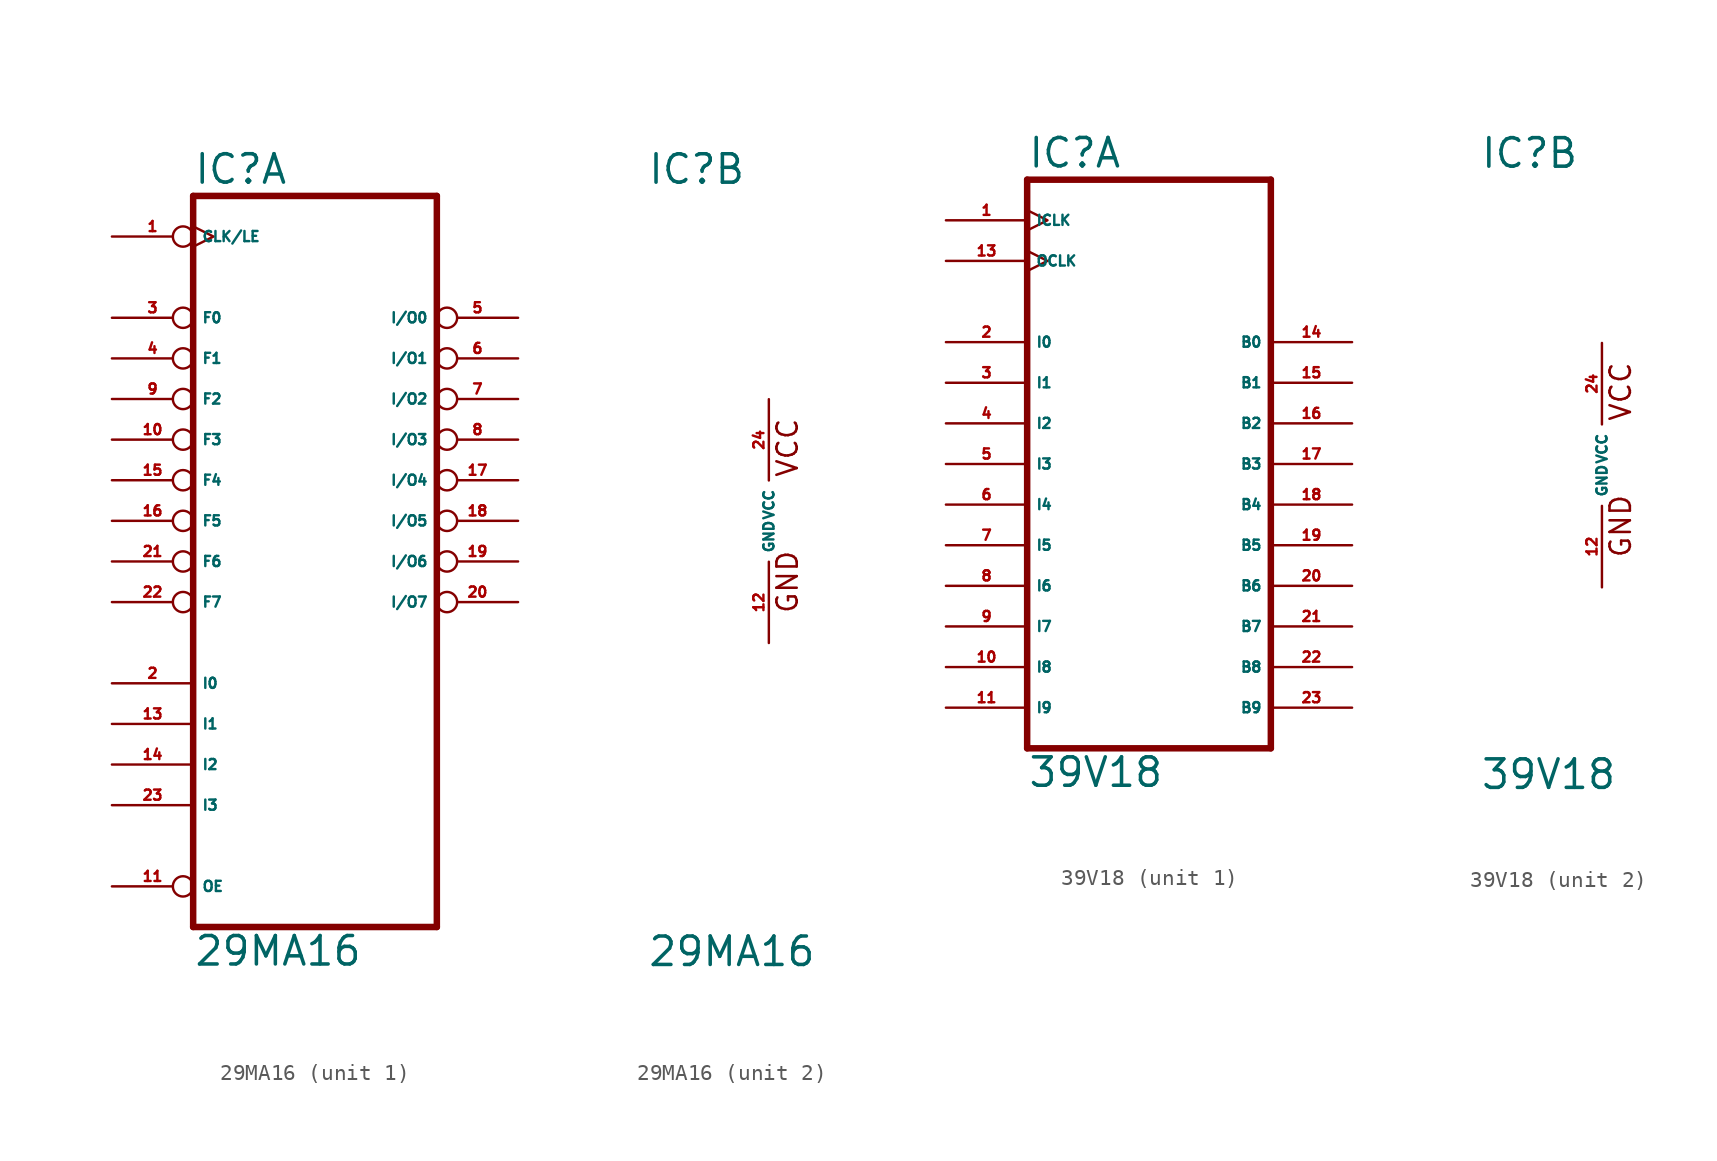
<source format=kicad_sym>
(kicad_symbol_lib
  (version 20220914)
  (generator Eagle2Kicad)
  (symbol "29MA16"
    (property "Reference" "IC"
      (at -7.62 20.955 0)
      (effects (font (size 1.778 1.778) (thickness 0.22)) (justify left bottom)))
    (property "Value" "29MA16"
      (at -7.62 -27.94 0)
      (effects (font (size 1.778 1.778) (thickness 0.22)) (justify left bottom)))
    (symbol "29MA16_1_0"
      (polyline (pts (xy -7.62 20.32) (xy 7.62 20.32)) (stroke (width 0.406) (type default)) (fill (type none)))
      (polyline (pts (xy 7.62 -25.4) (xy 7.62 20.32)) (stroke (width 0.406) (type default)) (fill (type none)))
      (polyline (pts (xy 7.62 -25.4) (xy -7.62 -25.4)) (stroke (width 0.406) (type default)) (fill (type none)))
      (polyline (pts (xy -7.62 20.32) (xy -7.62 -25.4)) (stroke (width 0.406) (type default)) (fill (type none)))
      (pin input line (at -12.7 -10.16 0) (length 5.08) (name "I0" (effects (font (size 0.635 0.635) (thickness 0.08)) (justify left bottom))) (number "2" (effects (font (size 0.635 0.635) (thickness 0.08)) (justify left bottom))))
      (pin bidirectional inverted (at -12.7 12.7 0) (length 5.08) (name "F0" (effects (font (size 0.635 0.635) (thickness 0.08)) (justify left bottom))) (number "3" (effects (font (size 0.635 0.635) (thickness 0.08)) (justify left bottom))))
      (pin bidirectional inverted (at -12.7 10.16 0) (length 5.08) (name "F1" (effects (font (size 0.635 0.635) (thickness 0.08)) (justify left bottom))) (number "4" (effects (font (size 0.635 0.635) (thickness 0.08)) (justify left bottom))))
      (pin input line (at -12.7 -12.7 0) (length 5.08) (name "I1" (effects (font (size 0.635 0.635) (thickness 0.08)) (justify left bottom))) (number "13" (effects (font (size 0.635 0.635) (thickness 0.08)) (justify left bottom))))
      (pin input line (at -12.7 -15.24 0) (length 5.08) (name "I2" (effects (font (size 0.635 0.635) (thickness 0.08)) (justify left bottom))) (number "14" (effects (font (size 0.635 0.635) (thickness 0.08)) (justify left bottom))))
      (pin bidirectional inverted (at -12.7 7.62 0) (length 5.08) (name "F2" (effects (font (size 0.635 0.635) (thickness 0.08)) (justify left bottom))) (number "9" (effects (font (size 0.635 0.635) (thickness 0.08)) (justify left bottom))))
      (pin bidirectional inverted (at -12.7 5.08 0) (length 5.08) (name "F3" (effects (font (size 0.635 0.635) (thickness 0.08)) (justify left bottom))) (number "10" (effects (font (size 0.635 0.635) (thickness 0.08)) (justify left bottom))))
      (pin bidirectional inverted (at 12.7 10.16 180) (length 5.08) (name "I/O1" (effects (font (size 0.635 0.635) (thickness 0.08)) (justify left bottom))) (number "6" (effects (font (size 0.635 0.635) (thickness 0.08)) (justify left bottom))))
      (pin bidirectional inverted (at 12.7 7.62 180) (length 5.08) (name "I/O2" (effects (font (size 0.635 0.635) (thickness 0.08)) (justify left bottom))) (number "7" (effects (font (size 0.635 0.635) (thickness 0.08)) (justify left bottom))))
      (pin bidirectional inverted (at 12.7 5.08 180) (length 5.08) (name "I/O3" (effects (font (size 0.635 0.635) (thickness 0.08)) (justify left bottom))) (number "8" (effects (font (size 0.635 0.635) (thickness 0.08)) (justify left bottom))))
      (pin bidirectional inverted (at 12.7 2.54 180) (length 5.08) (name "I/O4" (effects (font (size 0.635 0.635) (thickness 0.08)) (justify left bottom))) (number "17" (effects (font (size 0.635 0.635) (thickness 0.08)) (justify left bottom))))
      (pin bidirectional inverted (at 12.7 0 180) (length 5.08) (name "I/O5" (effects (font (size 0.635 0.635) (thickness 0.08)) (justify left bottom))) (number "18" (effects (font (size 0.635 0.635) (thickness 0.08)) (justify left bottom))))
      (pin bidirectional inverted (at 12.7 -2.54 180) (length 5.08) (name "I/O6" (effects (font (size 0.635 0.635) (thickness 0.08)) (justify left bottom))) (number "19" (effects (font (size 0.635 0.635) (thickness 0.08)) (justify left bottom))))
      (pin bidirectional inverted (at 12.7 -5.08 180) (length 5.08) (name "I/O7" (effects (font (size 0.635 0.635) (thickness 0.08)) (justify left bottom))) (number "20" (effects (font (size 0.635 0.635) (thickness 0.08)) (justify left bottom))))
      (pin bidirectional inverted (at -12.7 2.54 0) (length 5.08) (name "F4" (effects (font (size 0.635 0.635) (thickness 0.08)) (justify left bottom))) (number "15" (effects (font (size 0.635 0.635) (thickness 0.08)) (justify left bottom))))
      (pin bidirectional inverted (at 12.7 12.7 180) (length 5.08) (name "I/O0" (effects (font (size 0.635 0.635) (thickness 0.08)) (justify left bottom))) (number "5" (effects (font (size 0.635 0.635) (thickness 0.08)) (justify left bottom))))
      (pin input inverted_clock (at -12.7 17.78 0) (length 5.08) (name "CLK/LE" (effects (font (size 0.635 0.635) (thickness 0.08)) (justify left bottom))) (number "1" (effects (font (size 0.635 0.635) (thickness 0.08)) (justify left bottom))))
      (pin bidirectional inverted (at -12.7 0 0) (length 5.08) (name "F5" (effects (font (size 0.635 0.635) (thickness 0.08)) (justify left bottom))) (number "16" (effects (font (size 0.635 0.635) (thickness 0.08)) (justify left bottom))))
      (pin bidirectional inverted (at -12.7 -2.54 0) (length 5.08) (name "F6" (effects (font (size 0.635 0.635) (thickness 0.08)) (justify left bottom))) (number "21" (effects (font (size 0.635 0.635) (thickness 0.08)) (justify left bottom))))
      (pin bidirectional inverted (at -12.7 -5.08 0) (length 5.08) (name "F7" (effects (font (size 0.635 0.635) (thickness 0.08)) (justify left bottom))) (number "22" (effects (font (size 0.635 0.635) (thickness 0.08)) (justify left bottom))))
      (pin input inverted (at -12.7 -22.86 0) (length 5.08) (name "OE" (effects (font (size 0.635 0.635) (thickness 0.08)) (justify left bottom))) (number "11" (effects (font (size 0.635 0.635) (thickness 0.08)) (justify left bottom))))
      (pin input line (at -12.7 -17.78 0) (length 5.08) (name "I3" (effects (font (size 0.635 0.635) (thickness 0.08)) (justify left bottom))) (number "23" (effects (font (size 0.635 0.635) (thickness 0.08)) (justify left bottom)))))
    (symbol "29MA16_2_0"
      (text "GND" (at 1.905 -5.842 900) (effects (font (size 1.27 1.27) (thickness 0.16)) (justify left bottom)))
      (text "VCC" (at 1.905 2.667 900) (effects (font (size 1.27 1.27) (thickness 0.16)) (justify left bottom)))
      (pin unspecified line (at 0 -7.62 90) (length 5.08) (name "GND" (effects (font (size 0.635 0.635) (thickness 0.08)) (justify left bottom))) (number "12" (effects (font (size 0.635 0.635) (thickness 0.08)) (justify left bottom))))
      (pin unspecified line (at 0 7.62 270) (length 5.08) (name "VCC" (effects (font (size 0.635 0.635) (thickness 0.08)) (justify left bottom))) (number "24" (effects (font (size 0.635 0.635) (thickness 0.08)) (justify left bottom))))))
  (symbol "39V18"
    (property "Reference" "IC"
      (at -7.62 18.415 0)
      (effects (font (size 1.778 1.778) (thickness 0.22)) (justify left bottom)))
    (property "Value" "39V18"
      (at -7.62 -20.32 0)
      (effects (font (size 1.778 1.778) (thickness 0.22)) (justify left bottom)))
    (symbol "39V18_1_0"
      (polyline (pts (xy -7.62 -17.78) (xy 7.62 -17.78)) (stroke (width 0.406) (type default)) (fill (type none)))
      (polyline (pts (xy 7.62 -17.78) (xy 7.62 17.78)) (stroke (width 0.406) (type default)) (fill (type none)))
      (polyline (pts (xy 7.62 17.78) (xy -7.62 17.78)) (stroke (width 0.406) (type default)) (fill (type none)))
      (polyline (pts (xy -7.62 17.78) (xy -7.62 -17.78)) (stroke (width 0.406) (type default)) (fill (type none)))
      (pin input clock (at -12.7 15.24 0) (length 5.08) (name "ICLK" (effects (font (size 0.635 0.635) (thickness 0.08)) (justify left bottom))) (number "1" (effects (font (size 0.635 0.635) (thickness 0.08)) (justify left bottom))))
      (pin input line (at -12.7 7.62 0) (length 5.08) (name "I0" (effects (font (size 0.635 0.635) (thickness 0.08)) (justify left bottom))) (number "2" (effects (font (size 0.635 0.635) (thickness 0.08)) (justify left bottom))))
      (pin input line (at -12.7 5.08 0) (length 5.08) (name "I1" (effects (font (size 0.635 0.635) (thickness 0.08)) (justify left bottom))) (number "3" (effects (font (size 0.635 0.635) (thickness 0.08)) (justify left bottom))))
      (pin input line (at -12.7 2.54 0) (length 5.08) (name "I2" (effects (font (size 0.635 0.635) (thickness 0.08)) (justify left bottom))) (number "4" (effects (font (size 0.635 0.635) (thickness 0.08)) (justify left bottom))))
      (pin input line (at -12.7 0 0) (length 5.08) (name "I3" (effects (font (size 0.635 0.635) (thickness 0.08)) (justify left bottom))) (number "5" (effects (font (size 0.635 0.635) (thickness 0.08)) (justify left bottom))))
      (pin input line (at -12.7 -2.54 0) (length 5.08) (name "I4" (effects (font (size 0.635 0.635) (thickness 0.08)) (justify left bottom))) (number "6" (effects (font (size 0.635 0.635) (thickness 0.08)) (justify left bottom))))
      (pin input line (at -12.7 -5.08 0) (length 5.08) (name "I5" (effects (font (size 0.635 0.635) (thickness 0.08)) (justify left bottom))) (number "7" (effects (font (size 0.635 0.635) (thickness 0.08)) (justify left bottom))))
      (pin input line (at -12.7 -7.62 0) (length 5.08) (name "I6" (effects (font (size 0.635 0.635) (thickness 0.08)) (justify left bottom))) (number "8" (effects (font (size 0.635 0.635) (thickness 0.08)) (justify left bottom))))
      (pin input line (at -12.7 -10.16 0) (length 5.08) (name "I7" (effects (font (size 0.635 0.635) (thickness 0.08)) (justify left bottom))) (number "9" (effects (font (size 0.635 0.635) (thickness 0.08)) (justify left bottom))))
      (pin input line (at -12.7 -12.7 0) (length 5.08) (name "I8" (effects (font (size 0.635 0.635) (thickness 0.08)) (justify left bottom))) (number "10" (effects (font (size 0.635 0.635) (thickness 0.08)) (justify left bottom))))
      (pin input line (at -12.7 -15.24 0) (length 5.08) (name "I9" (effects (font (size 0.635 0.635) (thickness 0.08)) (justify left bottom))) (number "11" (effects (font (size 0.635 0.635) (thickness 0.08)) (justify left bottom))))
      (pin input clock (at -12.7 12.7 0) (length 5.08) (name "OCLK" (effects (font (size 0.635 0.635) (thickness 0.08)) (justify left bottom))) (number "13" (effects (font (size 0.635 0.635) (thickness 0.08)) (justify left bottom))))
      (pin bidirectional line (at 12.7 7.62 180) (length 5.08) (name "B0" (effects (font (size 0.635 0.635) (thickness 0.08)) (justify left bottom))) (number "14" (effects (font (size 0.635 0.635) (thickness 0.08)) (justify left bottom))))
      (pin bidirectional line (at 12.7 5.08 180) (length 5.08) (name "B1" (effects (font (size 0.635 0.635) (thickness 0.08)) (justify left bottom))) (number "15" (effects (font (size 0.635 0.635) (thickness 0.08)) (justify left bottom))))
      (pin bidirectional line (at 12.7 2.54 180) (length 5.08) (name "B2" (effects (font (size 0.635 0.635) (thickness 0.08)) (justify left bottom))) (number "16" (effects (font (size 0.635 0.635) (thickness 0.08)) (justify left bottom))))
      (pin bidirectional line (at 12.7 0 180) (length 5.08) (name "B3" (effects (font (size 0.635 0.635) (thickness 0.08)) (justify left bottom))) (number "17" (effects (font (size 0.635 0.635) (thickness 0.08)) (justify left bottom))))
      (pin bidirectional line (at 12.7 -2.54 180) (length 5.08) (name "B4" (effects (font (size 0.635 0.635) (thickness 0.08)) (justify left bottom))) (number "18" (effects (font (size 0.635 0.635) (thickness 0.08)) (justify left bottom))))
      (pin bidirectional line (at 12.7 -5.08 180) (length 5.08) (name "B5" (effects (font (size 0.635 0.635) (thickness 0.08)) (justify left bottom))) (number "19" (effects (font (size 0.635 0.635) (thickness 0.08)) (justify left bottom))))
      (pin bidirectional line (at 12.7 -7.62 180) (length 5.08) (name "B6" (effects (font (size 0.635 0.635) (thickness 0.08)) (justify left bottom))) (number "20" (effects (font (size 0.635 0.635) (thickness 0.08)) (justify left bottom))))
      (pin bidirectional line (at 12.7 -10.16 180) (length 5.08) (name "B7" (effects (font (size 0.635 0.635) (thickness 0.08)) (justify left bottom))) (number "21" (effects (font (size 0.635 0.635) (thickness 0.08)) (justify left bottom))))
      (pin bidirectional line (at 12.7 -12.7 180) (length 5.08) (name "B8" (effects (font (size 0.635 0.635) (thickness 0.08)) (justify left bottom))) (number "22" (effects (font (size 0.635 0.635) (thickness 0.08)) (justify left bottom))))
      (pin bidirectional line (at 12.7 -15.24 180) (length 5.08) (name "B9" (effects (font (size 0.635 0.635) (thickness 0.08)) (justify left bottom))) (number "23" (effects (font (size 0.635 0.635) (thickness 0.08)) (justify left bottom)))))
    (symbol "39V18_2_0"
      (text "GND" (at 1.905 -5.842 900) (effects (font (size 1.27 1.27) (thickness 0.16)) (justify left bottom)))
      (text "VCC" (at 1.905 2.667 900) (effects (font (size 1.27 1.27) (thickness 0.16)) (justify left bottom)))
      (pin unspecified line (at 0 -7.62 90) (length 5.08) (name "GND" (effects (font (size 0.635 0.635) (thickness 0.08)) (justify left bottom))) (number "12" (effects (font (size 0.635 0.635) (thickness 0.08)) (justify left bottom))))
      (pin unspecified line (at 0 7.62 270) (length 5.08) (name "VCC" (effects (font (size 0.635 0.635) (thickness 0.08)) (justify left bottom))) (number "24" (effects (font (size 0.635 0.635) (thickness 0.08)) (justify left bottom)))))))
</source>
